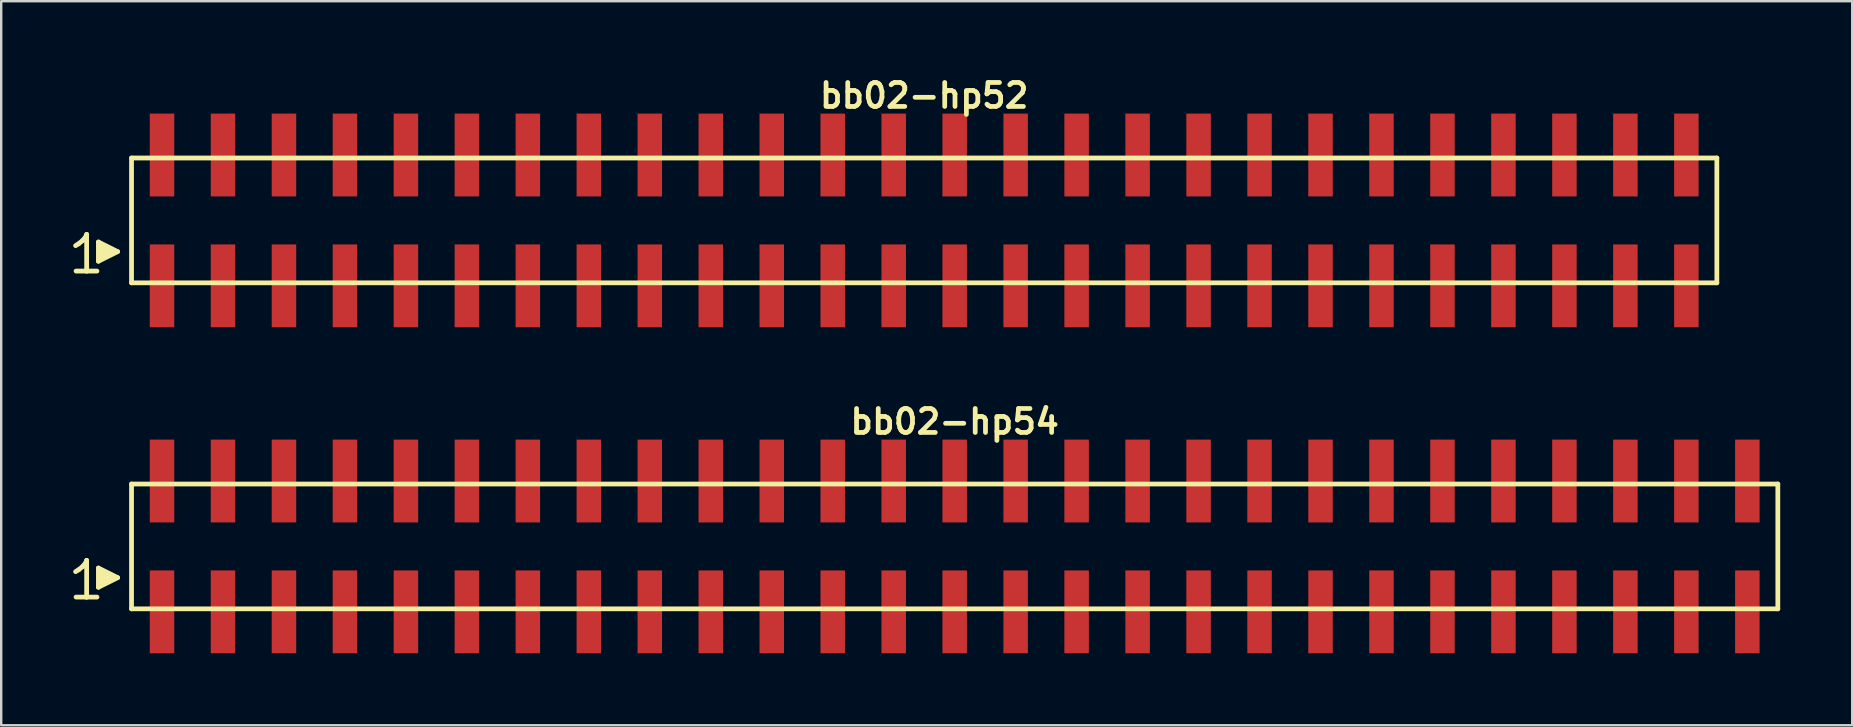
<source format=kicad_pcb>
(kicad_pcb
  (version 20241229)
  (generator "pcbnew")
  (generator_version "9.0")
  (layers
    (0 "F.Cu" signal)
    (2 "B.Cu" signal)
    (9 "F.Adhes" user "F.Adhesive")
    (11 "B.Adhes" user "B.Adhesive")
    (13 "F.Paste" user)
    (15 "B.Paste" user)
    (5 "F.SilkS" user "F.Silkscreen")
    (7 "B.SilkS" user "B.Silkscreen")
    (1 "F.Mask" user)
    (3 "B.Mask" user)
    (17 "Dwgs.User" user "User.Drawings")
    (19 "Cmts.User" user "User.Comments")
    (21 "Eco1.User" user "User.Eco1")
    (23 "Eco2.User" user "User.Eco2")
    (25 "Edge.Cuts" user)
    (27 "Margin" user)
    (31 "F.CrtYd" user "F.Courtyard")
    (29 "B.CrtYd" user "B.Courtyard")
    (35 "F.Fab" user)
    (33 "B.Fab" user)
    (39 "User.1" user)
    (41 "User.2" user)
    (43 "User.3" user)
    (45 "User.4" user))
  (footprint "bb02-hp54"
    (layer "F.Cu")
    (at 36.719 19.713)
    (property "Reference" "bb02-hp54" (at 0 -5.2 0) (layer "F.SilkS") (effects (font (size 0.998 0.998) (thickness 0.198))))
    (attr through_hole)
    (fp_line (start -36.62 1.05) (end -36.49 0.97) (stroke (width 0.198) (type solid)) (layer "F.SilkS"))
    (fp_line (start -36.49 0.97) (end -36.33 0.84) (stroke (width 0.198) (type solid)) (layer "F.SilkS"))
    (fp_line (start -36.33 0.84) (end -36.19 0.67) (stroke (width 0.198) (type solid)) (layer "F.SilkS"))
    (fp_line (start -36.19 0.67) (end -36.16 0.58) (stroke (width 0.198) (type solid)) (layer "F.SilkS"))
    (fp_line (start -36.16 0.58) (end -36.16 2.11) (stroke (width 0.198) (type solid)) (layer "F.SilkS"))
    (fp_line (start -36.16 2.11) (end -36.6 2.11) (stroke (width 0.198) (type solid)) (layer "F.SilkS"))
    (fp_line (start -35.73 2.11) (end -36.17 2.11) (stroke (width 0.198) (type solid)) (layer "F.SilkS"))
    (fp_line (start -35.67 0.9) (end -34.87 1.3) (stroke (width 0.198) (type solid)) (layer "F.SilkS"))
    (fp_line (start -35.67 1.7) (end -35.67 0.9) (stroke (width 0.198) (type solid)) (layer "F.SilkS"))
    (fp_line (start -35.57 1.6) (end -35.57 1) (stroke (width 0.198) (type solid)) (layer "F.SilkS"))
    (fp_line (start -35.47 1.1) (end -35.47 1.5) (stroke (width 0.198) (type solid)) (layer "F.SilkS"))
    (fp_line (start -35.37 1.5) (end -35.37 1.1) (stroke (width 0.198) (type solid)) (layer "F.SilkS"))
    (fp_line (start -35.27 1.2) (end -35.27 1.4) (stroke (width 0.198) (type solid)) (layer "F.SilkS"))
    (fp_line (start -35.17 1.4) (end -35.17 1.2) (stroke (width 0.198) (type solid)) (layer "F.SilkS"))
    (fp_line (start -34.87 1.3) (end -35.67 1.7) (stroke (width 0.198) (type solid)) (layer "F.SilkS"))
    (fp_line (start -34.29 -2.6) (end -34.29 2.6) (stroke (width 0.198) (type solid)) (layer "F.SilkS"))
    (fp_line (start -34.29 -2.6) (end 34.29 -2.6) (stroke (width 0.198) (type solid)) (layer "F.SilkS"))
    (fp_line (start 34.29 2.6) (end -34.29 2.6) (stroke (width 0.198) (type solid)) (layer "F.SilkS"))
    (fp_line (start 34.29 2.6) (end 34.29 -2.6) (stroke (width 0.198) (type solid)) (layer "F.SilkS"))
    (pad "1" smd rect (at -33.02 2.725) (size 1.02 3.45) (layers "F.Cu" "F.Mask" "F.Paste"))
    (pad "2" smd rect (at -33.02 -2.725) (size 1.02 3.45) (layers "F.Cu" "F.Mask" "F.Paste"))
    (pad "3" smd rect (at -30.48 2.725) (size 1.02 3.45) (layers "F.Cu" "F.Mask" "F.Paste"))
    (pad "4" smd rect (at -30.48 -2.725) (size 1.02 3.45) (layers "F.Cu" "F.Mask" "F.Paste"))
    (pad "5" smd rect (at -27.94 2.725) (size 1.02 3.45) (layers "F.Cu" "F.Mask" "F.Paste"))
    (pad "6" smd rect (at -27.94 -2.725) (size 1.02 3.45) (layers "F.Cu" "F.Mask" "F.Paste"))
    (pad "7" smd rect (at -25.4 2.725) (size 1.02 3.45) (layers "F.Cu" "F.Mask" "F.Paste"))
    (pad "8" smd rect (at -25.4 -2.725) (size 1.02 3.45) (layers "F.Cu" "F.Mask" "F.Paste"))
    (pad "9" smd rect (at -22.86 2.725) (size 1.02 3.45) (layers "F.Cu" "F.Mask" "F.Paste"))
    (pad "10" smd rect (at -22.86 -2.725) (size 1.02 3.45) (layers "F.Cu" "F.Mask" "F.Paste"))
    (pad "11" smd rect (at -20.32 2.725) (size 1.02 3.45) (layers "F.Cu" "F.Mask" "F.Paste"))
    (pad "12" smd rect (at -20.32 -2.725) (size 1.02 3.45) (layers "F.Cu" "F.Mask" "F.Paste"))
    (pad "13" smd rect (at -17.78 2.725) (size 1.02 3.45) (layers "F.Cu" "F.Mask" "F.Paste"))
    (pad "14" smd rect (at -17.78 -2.725) (size 1.02 3.45) (layers "F.Cu" "F.Mask" "F.Paste"))
    (pad "15" smd rect (at -15.24 2.725) (size 1.02 3.45) (layers "F.Cu" "F.Mask" "F.Paste"))
    (pad "16" smd rect (at -15.24 -2.725) (size 1.02 3.45) (layers "F.Cu" "F.Mask" "F.Paste"))
    (pad "17" smd rect (at -12.7 2.725) (size 1.02 3.45) (layers "F.Cu" "F.Mask" "F.Paste"))
    (pad "18" smd rect (at -12.7 -2.725) (size 1.02 3.45) (layers "F.Cu" "F.Mask" "F.Paste"))
    (pad "19" smd rect (at -10.16 2.725) (size 1.02 3.45) (layers "F.Cu" "F.Mask" "F.Paste"))
    (pad "20" smd rect (at -10.16 -2.725) (size 1.02 3.45) (layers "F.Cu" "F.Mask" "F.Paste"))
    (pad "21" smd rect (at -7.62 2.725) (size 1.02 3.45) (layers "F.Cu" "F.Mask" "F.Paste"))
    (pad "22" smd rect (at -7.62 -2.725) (size 1.02 3.45) (layers "F.Cu" "F.Mask" "F.Paste"))
    (pad "23" smd rect (at -5.08 2.725) (size 1.02 3.45) (layers "F.Cu" "F.Mask" "F.Paste"))
    (pad "24" smd rect (at -5.08 -2.725) (size 1.02 3.45) (layers "F.Cu" "F.Mask" "F.Paste"))
    (pad "25" smd rect (at -2.54 2.725) (size 1.02 3.45) (layers "F.Cu" "F.Mask" "F.Paste"))
    (pad "26" smd rect (at -2.54 -2.725) (size 1.02 3.45) (layers "F.Cu" "F.Mask" "F.Paste"))
    (pad "27" smd rect (at 0 2.725) (size 1.02 3.45) (layers "F.Cu" "F.Mask" "F.Paste"))
    (pad "28" smd rect (at 0 -2.725) (size 1.02 3.45) (layers "F.Cu" "F.Mask" "F.Paste"))
    (pad "29" smd rect (at 2.54 2.725) (size 1.02 3.45) (layers "F.Cu" "F.Mask" "F.Paste"))
    (pad "30" smd rect (at 2.54 -2.725) (size 1.02 3.45) (layers "F.Cu" "F.Mask" "F.Paste"))
    (pad "31" smd rect (at 5.08 2.725) (size 1.02 3.45) (layers "F.Cu" "F.Mask" "F.Paste"))
    (pad "32" smd rect (at 5.08 -2.725) (size 1.02 3.45) (layers "F.Cu" "F.Mask" "F.Paste"))
    (pad "33" smd rect (at 7.62 2.725) (size 1.02 3.45) (layers "F.Cu" "F.Mask" "F.Paste"))
    (pad "34" smd rect (at 7.62 -2.725) (size 1.02 3.45) (layers "F.Cu" "F.Mask" "F.Paste"))
    (pad "35" smd rect (at 10.16 2.725) (size 1.02 3.45) (layers "F.Cu" "F.Mask" "F.Paste"))
    (pad "36" smd rect (at 10.16 -2.725) (size 1.02 3.45) (layers "F.Cu" "F.Mask" "F.Paste"))
    (pad "37" smd rect (at 12.7 2.725) (size 1.02 3.45) (layers "F.Cu" "F.Mask" "F.Paste"))
    (pad "38" smd rect (at 12.7 -2.725) (size 1.02 3.45) (layers "F.Cu" "F.Mask" "F.Paste"))
    (pad "39" smd rect (at 15.24 2.725) (size 1.02 3.45) (layers "F.Cu" "F.Mask" "F.Paste"))
    (pad "40" smd rect (at 15.24 -2.725) (size 1.02 3.45) (layers "F.Cu" "F.Mask" "F.Paste"))
    (pad "41" smd rect (at 17.78 2.725) (size 1.02 3.45) (layers "F.Cu" "F.Mask" "F.Paste"))
    (pad "42" smd rect (at 17.78 -2.725) (size 1.02 3.45) (layers "F.Cu" "F.Mask" "F.Paste"))
    (pad "43" smd rect (at 20.32 2.725) (size 1.02 3.45) (layers "F.Cu" "F.Mask" "F.Paste"))
    (pad "44" smd rect (at 20.32 -2.725) (size 1.02 3.45) (layers "F.Cu" "F.Mask" "F.Paste"))
    (pad "45" smd rect (at 22.86 2.725) (size 1.02 3.45) (layers "F.Cu" "F.Mask" "F.Paste"))
    (pad "46" smd rect (at 22.86 -2.725) (size 1.02 3.45) (layers "F.Cu" "F.Mask" "F.Paste"))
    (pad "47" smd rect (at 25.4 2.725) (size 1.02 3.45) (layers "F.Cu" "F.Mask" "F.Paste"))
    (pad "48" smd rect (at 25.4 -2.725) (size 1.02 3.45) (layers "F.Cu" "F.Mask" "F.Paste"))
    (pad "49" smd rect (at 27.94 2.725) (size 1.02 3.45) (layers "F.Cu" "F.Mask" "F.Paste"))
    (pad "50" smd rect (at 27.94 -2.725) (size 1.02 3.45) (layers "F.Cu" "F.Mask" "F.Paste"))
    (pad "51" smd rect (at 30.48 2.725) (size 1.02 3.45) (layers "F.Cu" "F.Mask" "F.Paste"))
    (pad "52" smd rect (at 30.48 -2.725) (size 1.02 3.45) (layers "F.Cu" "F.Mask" "F.Paste"))
    (pad "53" smd rect (at 33.02 2.725) (size 1.02 3.45) (layers "F.Cu" "F.Mask" "F.Paste"))
    (pad "54" smd rect (at 33.02 -2.725) (size 1.02 3.45) (layers "F.Cu" "F.Mask" "F.Paste")))
  (footprint "bb02-hp52"
    (layer "F.Cu")
    (at 35.449 6.132)
    (property "Reference" "bb02-hp52" (at 0 -5.2 0) (layer "F.SilkS") (effects (font (size 0.998 0.998) (thickness 0.198))))
    (attr through_hole)
    (fp_line (start -35.35 1.05) (end -35.22 0.97) (stroke (width 0.198) (type solid)) (layer "F.SilkS"))
    (fp_line (start -35.22 0.97) (end -35.06 0.84) (stroke (width 0.198) (type solid)) (layer "F.SilkS"))
    (fp_line (start -35.06 0.84) (end -34.92 0.67) (stroke (width 0.198) (type solid)) (layer "F.SilkS"))
    (fp_line (start -34.92 0.67) (end -34.89 0.58) (stroke (width 0.198) (type solid)) (layer "F.SilkS"))
    (fp_line (start -34.89 0.58) (end -34.89 2.11) (stroke (width 0.198) (type solid)) (layer "F.SilkS"))
    (fp_line (start -34.89 2.11) (end -35.33 2.11) (stroke (width 0.198) (type solid)) (layer "F.SilkS"))
    (fp_line (start -34.46 2.11) (end -34.9 2.11) (stroke (width 0.198) (type solid)) (layer "F.SilkS"))
    (fp_line (start -34.4 0.9) (end -33.6 1.3) (stroke (width 0.198) (type solid)) (layer "F.SilkS"))
    (fp_line (start -34.4 1.7) (end -34.4 0.9) (stroke (width 0.198) (type solid)) (layer "F.SilkS"))
    (fp_line (start -34.3 1.6) (end -34.3 1) (stroke (width 0.198) (type solid)) (layer "F.SilkS"))
    (fp_line (start -34.2 1.1) (end -34.2 1.5) (stroke (width 0.198) (type solid)) (layer "F.SilkS"))
    (fp_line (start -34.1 1.5) (end -34.1 1.1) (stroke (width 0.198) (type solid)) (layer "F.SilkS"))
    (fp_line (start -34 1.2) (end -34 1.4) (stroke (width 0.198) (type solid)) (layer "F.SilkS"))
    (fp_line (start -33.9 1.4) (end -33.9 1.2) (stroke (width 0.198) (type solid)) (layer "F.SilkS"))
    (fp_line (start -33.6 1.3) (end -34.4 1.7) (stroke (width 0.198) (type solid)) (layer "F.SilkS"))
    (fp_line (start -33.02 -2.6) (end -33.02 2.6) (stroke (width 0.198) (type solid)) (layer "F.SilkS"))
    (fp_line (start -33.02 -2.6) (end 33.02 -2.6) (stroke (width 0.198) (type solid)) (layer "F.SilkS"))
    (fp_line (start 33.02 2.6) (end -33.02 2.6) (stroke (width 0.198) (type solid)) (layer "F.SilkS"))
    (fp_line (start 33.02 2.6) (end 33.02 -2.6) (stroke (width 0.198) (type solid)) (layer "F.SilkS"))
    (pad "1" smd rect (at -31.75 2.725) (size 1.02 3.45) (layers "F.Cu" "F.Mask" "F.Paste"))
    (pad "2" smd rect (at -31.75 -2.725) (size 1.02 3.45) (layers "F.Cu" "F.Mask" "F.Paste"))
    (pad "3" smd rect (at -29.21 2.725) (size 1.02 3.45) (layers "F.Cu" "F.Mask" "F.Paste"))
    (pad "4" smd rect (at -29.21 -2.725) (size 1.02 3.45) (layers "F.Cu" "F.Mask" "F.Paste"))
    (pad "5" smd rect (at -26.67 2.725) (size 1.02 3.45) (layers "F.Cu" "F.Mask" "F.Paste"))
    (pad "6" smd rect (at -26.67 -2.725) (size 1.02 3.45) (layers "F.Cu" "F.Mask" "F.Paste"))
    (pad "7" smd rect (at -24.13 2.725) (size 1.02 3.45) (layers "F.Cu" "F.Mask" "F.Paste"))
    (pad "8" smd rect (at -24.13 -2.725) (size 1.02 3.45) (layers "F.Cu" "F.Mask" "F.Paste"))
    (pad "9" smd rect (at -21.59 2.725) (size 1.02 3.45) (layers "F.Cu" "F.Mask" "F.Paste"))
    (pad "10" smd rect (at -21.59 -2.725) (size 1.02 3.45) (layers "F.Cu" "F.Mask" "F.Paste"))
    (pad "11" smd rect (at -19.05 2.725) (size 1.02 3.45) (layers "F.Cu" "F.Mask" "F.Paste"))
    (pad "12" smd rect (at -19.05 -2.725) (size 1.02 3.45) (layers "F.Cu" "F.Mask" "F.Paste"))
    (pad "13" smd rect (at -16.51 2.725) (size 1.02 3.45) (layers "F.Cu" "F.Mask" "F.Paste"))
    (pad "14" smd rect (at -16.51 -2.725) (size 1.02 3.45) (layers "F.Cu" "F.Mask" "F.Paste"))
    (pad "15" smd rect (at -13.97 2.725) (size 1.02 3.45) (layers "F.Cu" "F.Mask" "F.Paste"))
    (pad "16" smd rect (at -13.97 -2.725) (size 1.02 3.45) (layers "F.Cu" "F.Mask" "F.Paste"))
    (pad "17" smd rect (at -11.43 2.725) (size 1.02 3.45) (layers "F.Cu" "F.Mask" "F.Paste"))
    (pad "18" smd rect (at -11.43 -2.725) (size 1.02 3.45) (layers "F.Cu" "F.Mask" "F.Paste"))
    (pad "19" smd rect (at -8.89 2.725) (size 1.02 3.45) (layers "F.Cu" "F.Mask" "F.Paste"))
    (pad "20" smd rect (at -8.89 -2.725) (size 1.02 3.45) (layers "F.Cu" "F.Mask" "F.Paste"))
    (pad "21" smd rect (at -6.35 2.725) (size 1.02 3.45) (layers "F.Cu" "F.Mask" "F.Paste"))
    (pad "22" smd rect (at -6.35 -2.725) (size 1.02 3.45) (layers "F.Cu" "F.Mask" "F.Paste"))
    (pad "23" smd rect (at -3.81 2.725) (size 1.02 3.45) (layers "F.Cu" "F.Mask" "F.Paste"))
    (pad "24" smd rect (at -3.81 -2.725) (size 1.02 3.45) (layers "F.Cu" "F.Mask" "F.Paste"))
    (pad "25" smd rect (at -1.27 2.725) (size 1.02 3.45) (layers "F.Cu" "F.Mask" "F.Paste"))
    (pad "26" smd rect (at -1.27 -2.725) (size 1.02 3.45) (layers "F.Cu" "F.Mask" "F.Paste"))
    (pad "27" smd rect (at 1.27 2.725) (size 1.02 3.45) (layers "F.Cu" "F.Mask" "F.Paste"))
    (pad "28" smd rect (at 1.27 -2.725) (size 1.02 3.45) (layers "F.Cu" "F.Mask" "F.Paste"))
    (pad "29" smd rect (at 3.81 2.725) (size 1.02 3.45) (layers "F.Cu" "F.Mask" "F.Paste"))
    (pad "30" smd rect (at 3.81 -2.725) (size 1.02 3.45) (layers "F.Cu" "F.Mask" "F.Paste"))
    (pad "31" smd rect (at 6.35 2.725) (size 1.02 3.45) (layers "F.Cu" "F.Mask" "F.Paste"))
    (pad "32" smd rect (at 6.35 -2.725) (size 1.02 3.45) (layers "F.Cu" "F.Mask" "F.Paste"))
    (pad "33" smd rect (at 8.89 2.725) (size 1.02 3.45) (layers "F.Cu" "F.Mask" "F.Paste"))
    (pad "34" smd rect (at 8.89 -2.725) (size 1.02 3.45) (layers "F.Cu" "F.Mask" "F.Paste"))
    (pad "35" smd rect (at 11.43 2.725) (size 1.02 3.45) (layers "F.Cu" "F.Mask" "F.Paste"))
    (pad "36" smd rect (at 11.43 -2.725) (size 1.02 3.45) (layers "F.Cu" "F.Mask" "F.Paste"))
    (pad "37" smd rect (at 13.97 2.725) (size 1.02 3.45) (layers "F.Cu" "F.Mask" "F.Paste"))
    (pad "38" smd rect (at 13.97 -2.725) (size 1.02 3.45) (layers "F.Cu" "F.Mask" "F.Paste"))
    (pad "39" smd rect (at 16.51 2.725) (size 1.02 3.45) (layers "F.Cu" "F.Mask" "F.Paste"))
    (pad "40" smd rect (at 16.51 -2.725) (size 1.02 3.45) (layers "F.Cu" "F.Mask" "F.Paste"))
    (pad "41" smd rect (at 19.05 2.725) (size 1.02 3.45) (layers "F.Cu" "F.Mask" "F.Paste"))
    (pad "42" smd rect (at 19.05 -2.725) (size 1.02 3.45) (layers "F.Cu" "F.Mask" "F.Paste"))
    (pad "43" smd rect (at 21.59 2.725) (size 1.02 3.45) (layers "F.Cu" "F.Mask" "F.Paste"))
    (pad "44" smd rect (at 21.59 -2.725) (size 1.02 3.45) (layers "F.Cu" "F.Mask" "F.Paste"))
    (pad "45" smd rect (at 24.13 2.725) (size 1.02 3.45) (layers "F.Cu" "F.Mask" "F.Paste"))
    (pad "46" smd rect (at 24.13 -2.725) (size 1.02 3.45) (layers "F.Cu" "F.Mask" "F.Paste"))
    (pad "47" smd rect (at 26.67 2.725) (size 1.02 3.45) (layers "F.Cu" "F.Mask" "F.Paste"))
    (pad "48" smd rect (at 26.67 -2.725) (size 1.02 3.45) (layers "F.Cu" "F.Mask" "F.Paste"))
    (pad "49" smd rect (at 29.21 2.725) (size 1.02 3.45) (layers "F.Cu" "F.Mask" "F.Paste"))
    (pad "50" smd rect (at 29.21 -2.725) (size 1.02 3.45) (layers "F.Cu" "F.Mask" "F.Paste"))
    (pad "51" smd rect (at 31.75 2.725) (size 1.02 3.45) (layers "F.Cu" "F.Mask" "F.Paste"))
    (pad "52" smd rect (at 31.75 -2.725) (size 1.02 3.45) (layers "F.Cu" "F.Mask" "F.Paste")))
  (gr_rect
    (start -3 -3)
    (end 74.108 27.163)
    (stroke (width 0.1) (type default))
    (fill no)
    (layer "Edge.Cuts")))
</source>
